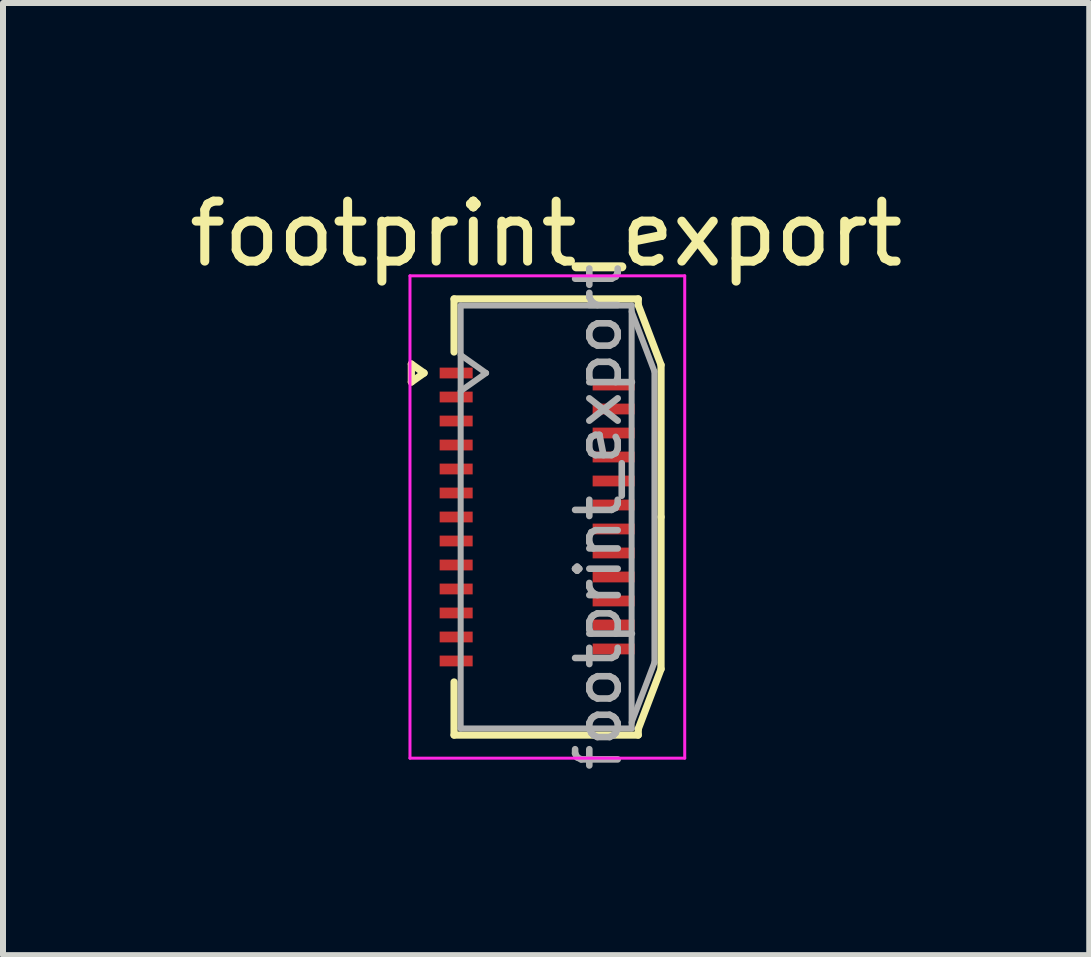
<source format=kicad_pcb>
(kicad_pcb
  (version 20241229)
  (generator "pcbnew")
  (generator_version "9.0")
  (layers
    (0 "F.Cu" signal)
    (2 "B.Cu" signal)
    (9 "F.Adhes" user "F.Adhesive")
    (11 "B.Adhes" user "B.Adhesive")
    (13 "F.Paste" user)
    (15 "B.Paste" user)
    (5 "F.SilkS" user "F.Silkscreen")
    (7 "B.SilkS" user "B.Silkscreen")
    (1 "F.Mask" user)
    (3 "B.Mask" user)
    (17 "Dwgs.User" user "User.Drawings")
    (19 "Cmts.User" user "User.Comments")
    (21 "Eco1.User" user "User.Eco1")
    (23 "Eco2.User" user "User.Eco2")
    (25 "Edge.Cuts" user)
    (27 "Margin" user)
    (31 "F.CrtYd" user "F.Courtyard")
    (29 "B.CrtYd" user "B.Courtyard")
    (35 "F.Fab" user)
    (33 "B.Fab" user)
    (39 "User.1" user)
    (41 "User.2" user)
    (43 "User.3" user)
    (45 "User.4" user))
  (footprint "footprint_export"
    (layer "F.Cu")
    (at 5.904 5.568)
    (property "Reference" "footprint_export" (at 0.15 -4.72 0) (layer "F.SilkS") (effects (font (size 1 1) (thickness 0.15))))
    (attr smd)
    (fp_line (start -2.097 -2.55) (end -1.885 -2.4) (stroke (width 0.12) (type solid)) (layer "F.SilkS"))
    (fp_line (start -2.097 -2.25) (end -2.097 -2.55) (stroke (width 0.12) (type solid)) (layer "F.SilkS"))
    (fp_line (start -1.885 -2.4) (end -2.097 -2.25) (stroke (width 0.12) (type solid)) (layer "F.SilkS"))
    (fp_line (start -1.385 -3.635) (end 1.685 -3.635) (stroke (width 0.12) (type solid)) (layer "F.SilkS"))
    (fp_line (start -1.385 -2.75) (end -1.385 -3.635) (stroke (width 0.12) (type solid)) (layer "F.SilkS"))
    (fp_line (start -1.385 2.75) (end -1.385 3.635) (stroke (width 0.12) (type solid)) (layer "F.SilkS"))
    (fp_line (start -1.385 3.635) (end 1.685 3.635) (stroke (width 0.12) (type solid)) (layer "F.SilkS"))
    (fp_line (start 1.685 -3.635) (end 1.685 -3.535) (stroke (width 0.12) (type solid)) (layer "F.SilkS"))
    (fp_line (start 1.685 -3.535) (end 2.065 -2.535) (stroke (width 0.12) (type solid)) (layer "F.SilkS"))
    (fp_line (start 1.685 3.535) (end 2.065 2.535) (stroke (width 0.12) (type solid)) (layer "F.SilkS"))
    (fp_line (start 1.685 3.635) (end 1.685 3.535) (stroke (width 0.12) (type solid)) (layer "F.SilkS"))
    (fp_line (start 2.065 -2.535) (end 2.065 0) (stroke (width 0.12) (type solid)) (layer "F.SilkS"))
    (fp_line (start 2.065 2.535) (end 2.065 0) (stroke (width 0.12) (type solid)) (layer "F.SilkS"))
    (fp_line (start -2.12 -4.02) (end -2.12 4.02) (stroke (width 0.05) (type solid)) (layer "F.CrtYd"))
    (fp_line (start -2.12 4.02) (end 2.46 4.02) (stroke (width 0.05) (type solid)) (layer "F.CrtYd"))
    (fp_line (start 2.46 -4.02) (end -2.12 -4.02) (stroke (width 0.05) (type solid)) (layer "F.CrtYd"))
    (fp_line (start 2.46 4.02) (end 2.46 -4.02) (stroke (width 0.05) (type solid)) (layer "F.CrtYd"))
    (fp_line (start -1.275 -3.525) (end -1.275 3.525) (stroke (width 0.1) (type solid)) (layer "F.Fab"))
    (fp_line (start -1.275 -2.7) (end -0.851 -2.4) (stroke (width 0.1) (type solid)) (layer "F.Fab"))
    (fp_line (start -1.275 3.525) (end 1.575 3.525) (stroke (width 0.1) (type solid)) (layer "F.Fab"))
    (fp_line (start -0.851 -2.4) (end -1.275 -2.1) (stroke (width 0.1) (type solid)) (layer "F.Fab"))
    (fp_line (start 1.575 -3.525) (end -1.275 -3.525) (stroke (width 0.1) (type solid)) (layer "F.Fab"))
    (fp_line (start 1.575 -3.425) (end 1.955 -2.425) (stroke (width 0.1) (type solid)) (layer "F.Fab"))
    (fp_line (start 1.575 3.525) (end 1.575 -3.525) (stroke (width 0.1) (type solid)) (layer "F.Fab"))
    (fp_line (start 1.955 -2.425) (end 1.955 2.425) (stroke (width 0.1) (type solid)) (layer "F.Fab"))
    (fp_line (start 1.955 2.425) (end 1.575 3.425) (stroke (width 0.1) (type solid)) (layer "F.Fab"))
    (fp_text user "${REFERENCE}" (at 1.02 0 90) (layer "F.Fab") (effects (font (size 0.71 0.71) (thickness 0.11))))
    (pad "1" smd rect (at -1.35 -2.4) (size 0.55 0.18) (layers "F.Cu" "F.Mask" "F.Paste"))
    (pad "2" smd rect (at 1.275 -2.2) (size 0.7 0.18) (layers "F.Cu" "F.Mask" "F.Paste"))
    (pad "3" smd rect (at -1.35 -2) (size 0.55 0.18) (layers "F.Cu" "F.Mask" "F.Paste"))
    (pad "4" smd rect (at 1.275 -1.8) (size 0.7 0.18) (layers "F.Cu" "F.Mask" "F.Paste"))
    (pad "5" smd rect (at -1.35 -1.6) (size 0.55 0.18) (layers "F.Cu" "F.Mask" "F.Paste"))
    (pad "6" smd rect (at 1.275 -1.4) (size 0.7 0.18) (layers "F.Cu" "F.Mask" "F.Paste"))
    (pad "7" smd rect (at -1.35 -1.2) (size 0.55 0.18) (layers "F.Cu" "F.Mask" "F.Paste"))
    (pad "8" smd rect (at 1.275 -1) (size 0.7 0.18) (layers "F.Cu" "F.Mask" "F.Paste"))
    (pad "9" smd rect (at -1.35 -0.8) (size 0.55 0.18) (layers "F.Cu" "F.Mask" "F.Paste"))
    (pad "10" smd rect (at 1.275 -0.6) (size 0.7 0.18) (layers "F.Cu" "F.Mask" "F.Paste"))
    (pad "11" smd rect (at -1.35 -0.4) (size 0.55 0.18) (layers "F.Cu" "F.Mask" "F.Paste"))
    (pad "12" smd rect (at 1.275 -0.2) (size 0.7 0.18) (layers "F.Cu" "F.Mask" "F.Paste"))
    (pad "13" smd rect (at -1.35 0) (size 0.55 0.18) (layers "F.Cu" "F.Mask" "F.Paste"))
    (pad "14" smd rect (at 1.275 0.2) (size 0.7 0.18) (layers "F.Cu" "F.Mask" "F.Paste"))
    (pad "15" smd rect (at -1.35 0.4) (size 0.55 0.18) (layers "F.Cu" "F.Mask" "F.Paste"))
    (pad "16" smd rect (at 1.275 0.6) (size 0.7 0.18) (layers "F.Cu" "F.Mask" "F.Paste"))
    (pad "17" smd rect (at -1.35 0.8) (size 0.55 0.18) (layers "F.Cu" "F.Mask" "F.Paste"))
    (pad "18" smd rect (at 1.275 1) (size 0.7 0.18) (layers "F.Cu" "F.Mask" "F.Paste"))
    (pad "19" smd rect (at -1.35 1.2) (size 0.55 0.18) (layers "F.Cu" "F.Mask" "F.Paste"))
    (pad "20" smd rect (at 1.275 1.4) (size 0.7 0.18) (layers "F.Cu" "F.Mask" "F.Paste"))
    (pad "21" smd rect (at -1.35 1.6) (size 0.55 0.18) (layers "F.Cu" "F.Mask" "F.Paste"))
    (pad "22" smd rect (at 1.275 1.8) (size 0.7 0.18) (layers "F.Cu" "F.Mask" "F.Paste"))
    (pad "23" smd rect (at -1.35 2) (size 0.55 0.18) (layers "F.Cu" "F.Mask" "F.Paste"))
    (pad "24" smd rect (at 1.275 2.2) (size 0.7 0.18) (layers "F.Cu" "F.Mask" "F.Paste"))
    (pad "25" smd rect (at -1.35 2.4) (size 0.55 0.18) (layers "F.Cu" "F.Mask" "F.Paste")))
  (gr_rect
    (start -3 -3)
    (end 15.107 12.872)
    (stroke (width 0.1) (type default))
    (fill no)
    (layer "Edge.Cuts")))
</source>
